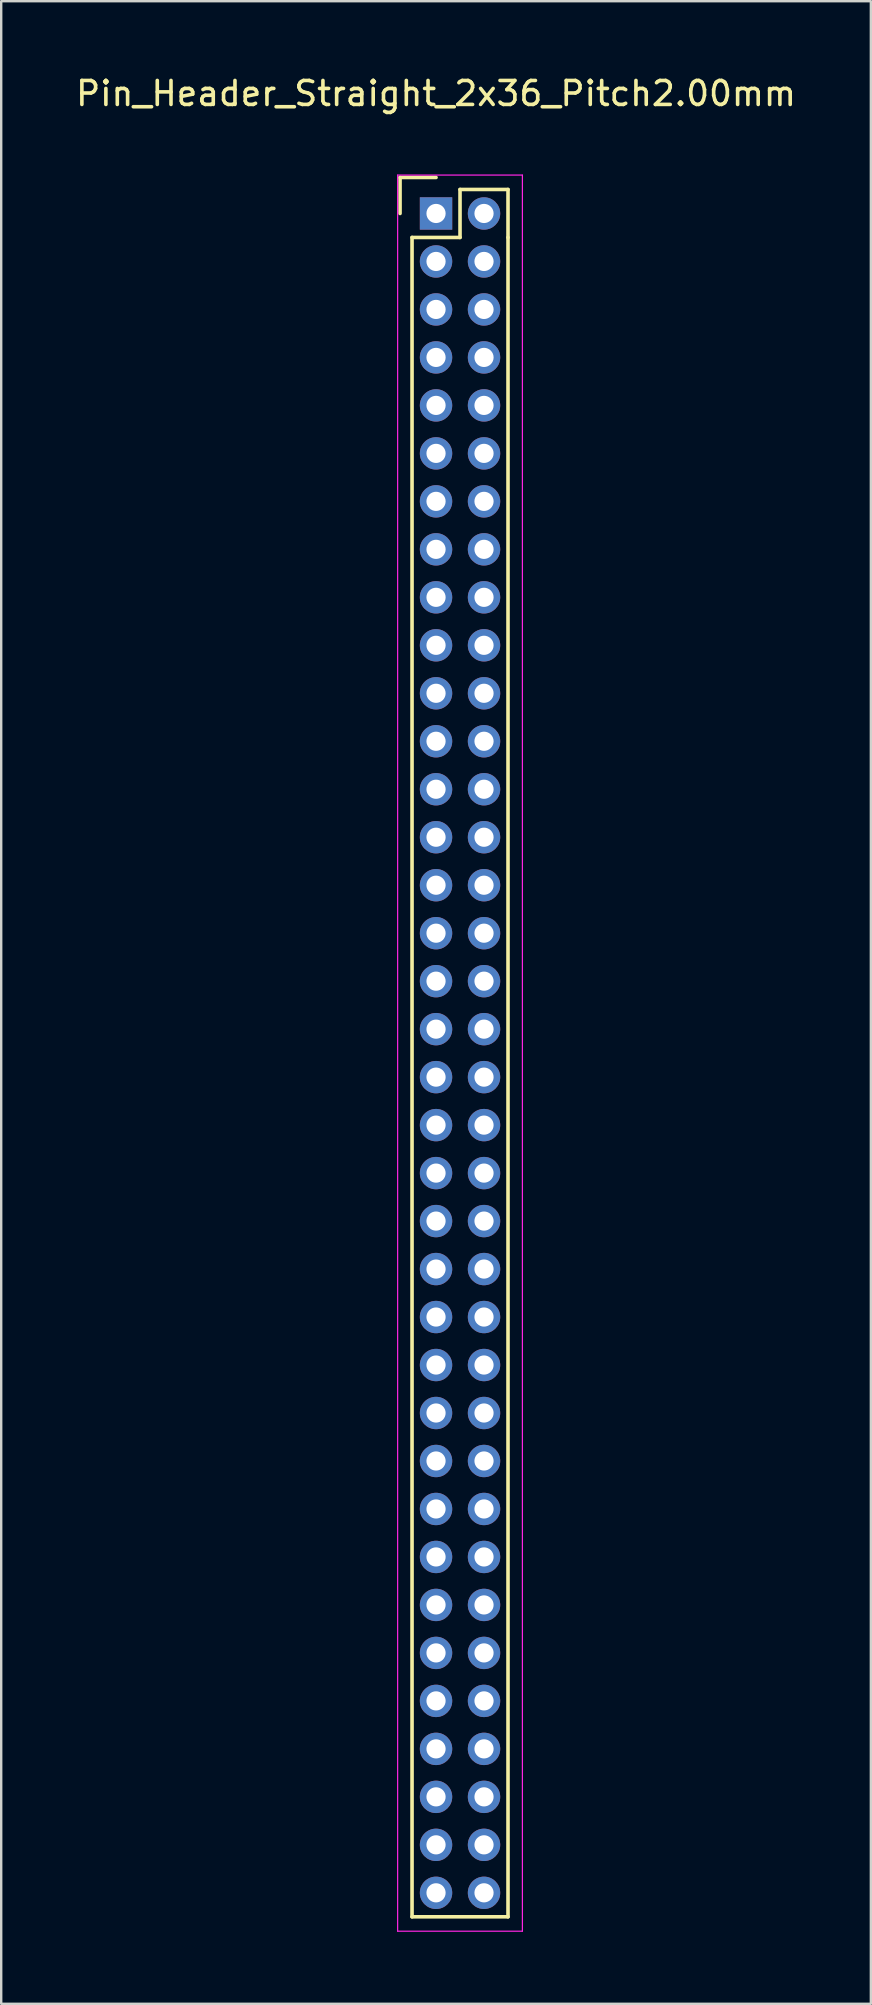
<source format=kicad_pcb>
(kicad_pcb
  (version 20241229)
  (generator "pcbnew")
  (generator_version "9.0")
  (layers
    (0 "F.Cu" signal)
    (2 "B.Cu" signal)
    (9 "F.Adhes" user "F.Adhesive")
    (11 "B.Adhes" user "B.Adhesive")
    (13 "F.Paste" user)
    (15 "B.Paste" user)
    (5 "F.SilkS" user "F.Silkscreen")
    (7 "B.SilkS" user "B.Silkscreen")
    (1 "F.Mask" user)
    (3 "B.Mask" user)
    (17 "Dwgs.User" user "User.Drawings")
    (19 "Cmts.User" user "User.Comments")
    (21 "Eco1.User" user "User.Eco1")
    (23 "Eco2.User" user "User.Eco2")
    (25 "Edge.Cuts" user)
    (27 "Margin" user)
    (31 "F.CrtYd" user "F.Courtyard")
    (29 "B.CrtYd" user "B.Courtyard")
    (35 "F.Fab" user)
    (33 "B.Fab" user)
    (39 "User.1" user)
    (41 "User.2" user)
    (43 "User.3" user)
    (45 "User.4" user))
  (footprint "Pin_Header_Straight_2x36_Pitch2.00mm"
    (layer "F.Cu")
    (at 15.125 5.848)
    (property "Reference" "Pin_Header_Straight_2x36_Pitch2.00mm" (at 0 -5 0) (layer "F.SilkS") (effects (font (size 1 1) (thickness 0.15))))
    (attr through_hole)
    (fp_line (start -1.5 -1.5) (end 0 -1.5) (stroke (width 0.15) (type solid)) (layer "F.SilkS"))
    (fp_line (start -1.5 0) (end -1.5 -1.5) (stroke (width 0.15) (type solid)) (layer "F.SilkS"))
    (fp_line (start -1 1) (end 1 1) (stroke (width 0.15) (type solid)) (layer "F.SilkS"))
    (fp_line (start -1 71) (end -1 1) (stroke (width 0.15) (type solid)) (layer "F.SilkS"))
    (fp_line (start 1 -1) (end 3 -1) (stroke (width 0.15) (type solid)) (layer "F.SilkS"))
    (fp_line (start 1 1) (end 1 -1) (stroke (width 0.15) (type solid)) (layer "F.SilkS"))
    (fp_line (start 3 -1) (end 3 1) (stroke (width 0.15) (type solid)) (layer "F.SilkS"))
    (fp_line (start 3 1) (end 3 71) (stroke (width 0.15) (type solid)) (layer "F.SilkS"))
    (fp_line (start 3 71) (end -1 71) (stroke (width 0.15) (type solid)) (layer "F.SilkS"))
    (fp_line (start -1.6 -1.6) (end 3.6 -1.6) (stroke (width 0.05) (type solid)) (layer "F.CrtYd"))
    (fp_line (start -1.6 71.6) (end -1.6 -1.6) (stroke (width 0.05) (type solid)) (layer "F.CrtYd"))
    (fp_line (start 3.6 -1.6) (end 3.6 71.6) (stroke (width 0.05) (type solid)) (layer "F.CrtYd"))
    (fp_line (start 3.6 71.6) (end -1.6 71.6) (stroke (width 0.05) (type solid)) (layer "F.CrtYd"))
    (pad "1" thru_hole rect (at 0 0) (size 1.35 1.35) (drill 0.8) (layers "*.Cu" "*.Mask"))
    (pad "2" thru_hole circle (at 2 0) (size 1.35 1.35) (drill 0.8) (layers "*.Cu" "*.Mask"))
    (pad "3" thru_hole circle (at 0 2) (size 1.35 1.35) (drill 0.8) (layers "*.Cu" "*.Mask"))
    (pad "4" thru_hole circle (at 2 2) (size 1.35 1.35) (drill 0.8) (layers "*.Cu" "*.Mask"))
    (pad "5" thru_hole circle (at 0 4) (size 1.35 1.35) (drill 0.8) (layers "*.Cu" "*.Mask"))
    (pad "6" thru_hole circle (at 2 4) (size 1.35 1.35) (drill 0.8) (layers "*.Cu" "*.Mask"))
    (pad "7" thru_hole circle (at 0 6) (size 1.35 1.35) (drill 0.8) (layers "*.Cu" "*.Mask"))
    (pad "8" thru_hole circle (at 2 6) (size 1.35 1.35) (drill 0.8) (layers "*.Cu" "*.Mask"))
    (pad "9" thru_hole circle (at 0 8) (size 1.35 1.35) (drill 0.8) (layers "*.Cu" "*.Mask"))
    (pad "10" thru_hole circle (at 2 8) (size 1.35 1.35) (drill 0.8) (layers "*.Cu" "*.Mask"))
    (pad "11" thru_hole circle (at 0 10) (size 1.35 1.35) (drill 0.8) (layers "*.Cu" "*.Mask"))
    (pad "12" thru_hole circle (at 2 10) (size 1.35 1.35) (drill 0.8) (layers "*.Cu" "*.Mask"))
    (pad "13" thru_hole circle (at 0 12) (size 1.35 1.35) (drill 0.8) (layers "*.Cu" "*.Mask"))
    (pad "14" thru_hole circle (at 2 12) (size 1.35 1.35) (drill 0.8) (layers "*.Cu" "*.Mask"))
    (pad "15" thru_hole circle (at 0 14) (size 1.35 1.35) (drill 0.8) (layers "*.Cu" "*.Mask"))
    (pad "16" thru_hole circle (at 2 14) (size 1.35 1.35) (drill 0.8) (layers "*.Cu" "*.Mask"))
    (pad "17" thru_hole circle (at 0 16) (size 1.35 1.35) (drill 0.8) (layers "*.Cu" "*.Mask"))
    (pad "18" thru_hole circle (at 2 16) (size 1.35 1.35) (drill 0.8) (layers "*.Cu" "*.Mask"))
    (pad "19" thru_hole circle (at 0 18) (size 1.35 1.35) (drill 0.8) (layers "*.Cu" "*.Mask"))
    (pad "20" thru_hole circle (at 2 18) (size 1.35 1.35) (drill 0.8) (layers "*.Cu" "*.Mask"))
    (pad "21" thru_hole circle (at 0 20) (size 1.35 1.35) (drill 0.8) (layers "*.Cu" "*.Mask"))
    (pad "22" thru_hole circle (at 2 20) (size 1.35 1.35) (drill 0.8) (layers "*.Cu" "*.Mask"))
    (pad "23" thru_hole circle (at 0 22) (size 1.35 1.35) (drill 0.8) (layers "*.Cu" "*.Mask"))
    (pad "24" thru_hole circle (at 2 22) (size 1.35 1.35) (drill 0.8) (layers "*.Cu" "*.Mask"))
    (pad "25" thru_hole circle (at 0 24) (size 1.35 1.35) (drill 0.8) (layers "*.Cu" "*.Mask"))
    (pad "26" thru_hole circle (at 2 24) (size 1.35 1.35) (drill 0.8) (layers "*.Cu" "*.Mask"))
    (pad "27" thru_hole circle (at 0 26) (size 1.35 1.35) (drill 0.8) (layers "*.Cu" "*.Mask"))
    (pad "28" thru_hole circle (at 2 26) (size 1.35 1.35) (drill 0.8) (layers "*.Cu" "*.Mask"))
    (pad "29" thru_hole circle (at 0 28) (size 1.35 1.35) (drill 0.8) (layers "*.Cu" "*.Mask"))
    (pad "30" thru_hole circle (at 2 28) (size 1.35 1.35) (drill 0.8) (layers "*.Cu" "*.Mask"))
    (pad "31" thru_hole circle (at 0 30) (size 1.35 1.35) (drill 0.8) (layers "*.Cu" "*.Mask"))
    (pad "32" thru_hole circle (at 2 30) (size 1.35 1.35) (drill 0.8) (layers "*.Cu" "*.Mask"))
    (pad "33" thru_hole circle (at 0 32) (size 1.35 1.35) (drill 0.8) (layers "*.Cu" "*.Mask"))
    (pad "34" thru_hole circle (at 2 32) (size 1.35 1.35) (drill 0.8) (layers "*.Cu" "*.Mask"))
    (pad "35" thru_hole circle (at 0 34) (size 1.35 1.35) (drill 0.8) (layers "*.Cu" "*.Mask"))
    (pad "36" thru_hole circle (at 2 34) (size 1.35 1.35) (drill 0.8) (layers "*.Cu" "*.Mask"))
    (pad "37" thru_hole circle (at 0 36) (size 1.35 1.35) (drill 0.8) (layers "*.Cu" "*.Mask"))
    (pad "38" thru_hole circle (at 2 36) (size 1.35 1.35) (drill 0.8) (layers "*.Cu" "*.Mask"))
    (pad "39" thru_hole circle (at 0 38) (size 1.35 1.35) (drill 0.8) (layers "*.Cu" "*.Mask"))
    (pad "40" thru_hole circle (at 2 38) (size 1.35 1.35) (drill 0.8) (layers "*.Cu" "*.Mask"))
    (pad "41" thru_hole circle (at 0 40) (size 1.35 1.35) (drill 0.8) (layers "*.Cu" "*.Mask"))
    (pad "42" thru_hole circle (at 2 40) (size 1.35 1.35) (drill 0.8) (layers "*.Cu" "*.Mask"))
    (pad "43" thru_hole circle (at 0 42) (size 1.35 1.35) (drill 0.8) (layers "*.Cu" "*.Mask"))
    (pad "44" thru_hole circle (at 2 42) (size 1.35 1.35) (drill 0.8) (layers "*.Cu" "*.Mask"))
    (pad "45" thru_hole circle (at 0 44) (size 1.35 1.35) (drill 0.8) (layers "*.Cu" "*.Mask"))
    (pad "46" thru_hole circle (at 2 44) (size 1.35 1.35) (drill 0.8) (layers "*.Cu" "*.Mask"))
    (pad "47" thru_hole circle (at 0 46) (size 1.35 1.35) (drill 0.8) (layers "*.Cu" "*.Mask"))
    (pad "48" thru_hole circle (at 2 46) (size 1.35 1.35) (drill 0.8) (layers "*.Cu" "*.Mask"))
    (pad "49" thru_hole circle (at 0 48) (size 1.35 1.35) (drill 0.8) (layers "*.Cu" "*.Mask"))
    (pad "50" thru_hole circle (at 2 48) (size 1.35 1.35) (drill 0.8) (layers "*.Cu" "*.Mask"))
    (pad "51" thru_hole circle (at 0 50) (size 1.35 1.35) (drill 0.8) (layers "*.Cu" "*.Mask"))
    (pad "52" thru_hole circle (at 2 50) (size 1.35 1.35) (drill 0.8) (layers "*.Cu" "*.Mask"))
    (pad "53" thru_hole circle (at 0 52) (size 1.35 1.35) (drill 0.8) (layers "*.Cu" "*.Mask"))
    (pad "54" thru_hole circle (at 2 52) (size 1.35 1.35) (drill 0.8) (layers "*.Cu" "*.Mask"))
    (pad "55" thru_hole circle (at 0 54) (size 1.35 1.35) (drill 0.8) (layers "*.Cu" "*.Mask"))
    (pad "56" thru_hole circle (at 2 54) (size 1.35 1.35) (drill 0.8) (layers "*.Cu" "*.Mask"))
    (pad "57" thru_hole circle (at 0 56) (size 1.35 1.35) (drill 0.8) (layers "*.Cu" "*.Mask"))
    (pad "58" thru_hole circle (at 2 56) (size 1.35 1.35) (drill 0.8) (layers "*.Cu" "*.Mask"))
    (pad "59" thru_hole circle (at 0 58) (size 1.35 1.35) (drill 0.8) (layers "*.Cu" "*.Mask"))
    (pad "60" thru_hole circle (at 2 58) (size 1.35 1.35) (drill 0.8) (layers "*.Cu" "*.Mask"))
    (pad "61" thru_hole circle (at 0 60) (size 1.35 1.35) (drill 0.8) (layers "*.Cu" "*.Mask"))
    (pad "62" thru_hole circle (at 2 60) (size 1.35 1.35) (drill 0.8) (layers "*.Cu" "*.Mask"))
    (pad "63" thru_hole circle (at 0 62) (size 1.35 1.35) (drill 0.8) (layers "*.Cu" "*.Mask"))
    (pad "64" thru_hole circle (at 2 62) (size 1.35 1.35) (drill 0.8) (layers "*.Cu" "*.Mask"))
    (pad "65" thru_hole circle (at 0 64) (size 1.35 1.35) (drill 0.8) (layers "*.Cu" "*.Mask"))
    (pad "66" thru_hole circle (at 2 64) (size 1.35 1.35) (drill 0.8) (layers "*.Cu" "*.Mask"))
    (pad "67" thru_hole circle (at 0 66) (size 1.35 1.35) (drill 0.8) (layers "*.Cu" "*.Mask"))
    (pad "68" thru_hole circle (at 2 66) (size 1.35 1.35) (drill 0.8) (layers "*.Cu" "*.Mask"))
    (pad "69" thru_hole circle (at 0 68) (size 1.35 1.35) (drill 0.8) (layers "*.Cu" "*.Mask"))
    (pad "70" thru_hole circle (at 2 68) (size 1.35 1.35) (drill 0.8) (layers "*.Cu" "*.Mask"))
    (pad "71" thru_hole circle (at 0 70) (size 1.35 1.35) (drill 0.8) (layers "*.Cu" "*.Mask"))
    (pad "72" thru_hole circle (at 2 70) (size 1.35 1.35) (drill 0.8) (layers "*.Cu" "*.Mask")))
  (gr_rect
    (start -3 -3)
    (end 33.25 80.473)
    (stroke (width 0.1) (type default))
    (fill no)
    (layer "Edge.Cuts")))
</source>
